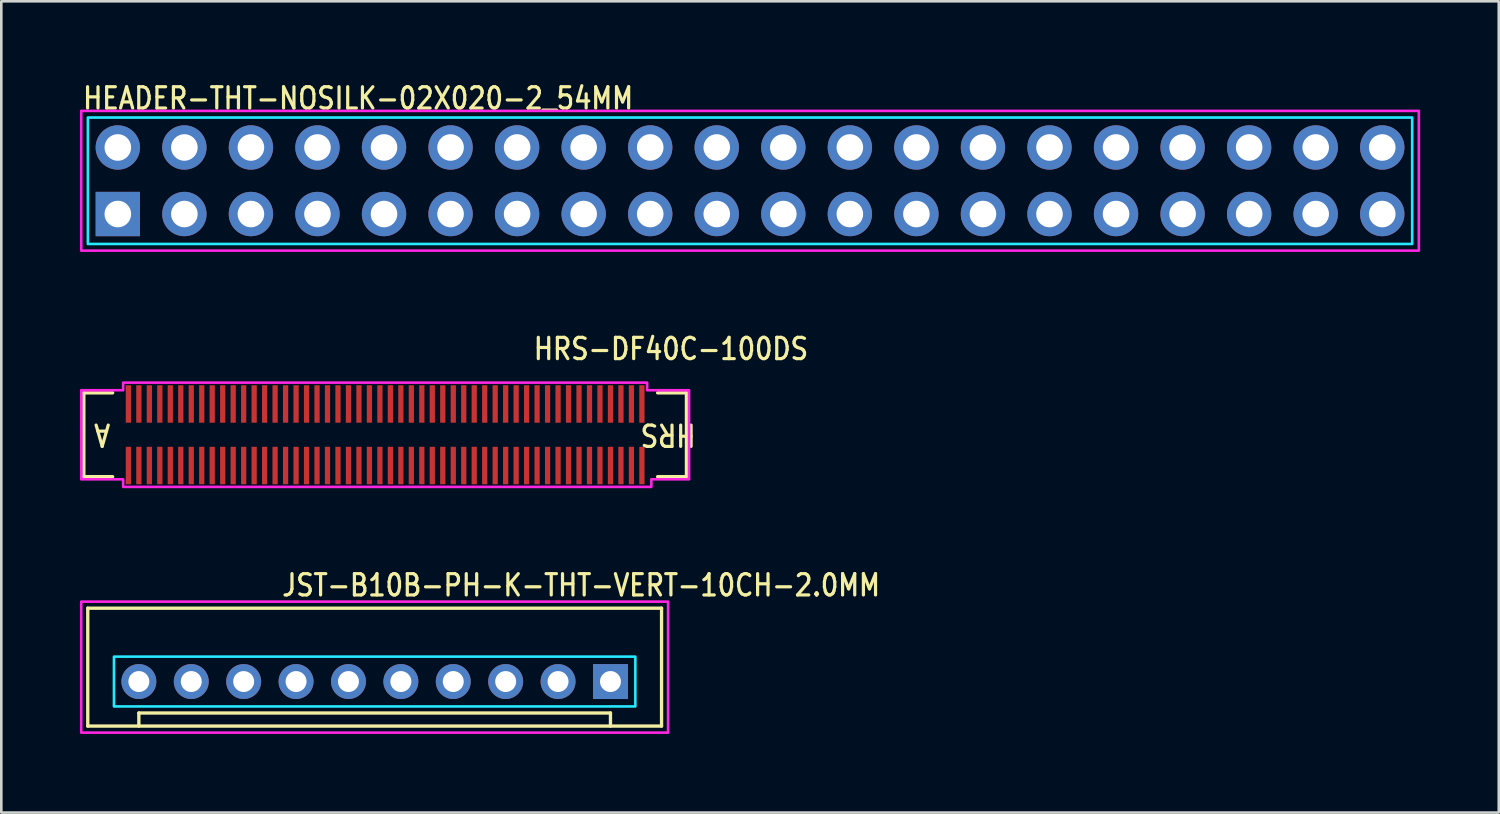
<source format=kicad_pcb>
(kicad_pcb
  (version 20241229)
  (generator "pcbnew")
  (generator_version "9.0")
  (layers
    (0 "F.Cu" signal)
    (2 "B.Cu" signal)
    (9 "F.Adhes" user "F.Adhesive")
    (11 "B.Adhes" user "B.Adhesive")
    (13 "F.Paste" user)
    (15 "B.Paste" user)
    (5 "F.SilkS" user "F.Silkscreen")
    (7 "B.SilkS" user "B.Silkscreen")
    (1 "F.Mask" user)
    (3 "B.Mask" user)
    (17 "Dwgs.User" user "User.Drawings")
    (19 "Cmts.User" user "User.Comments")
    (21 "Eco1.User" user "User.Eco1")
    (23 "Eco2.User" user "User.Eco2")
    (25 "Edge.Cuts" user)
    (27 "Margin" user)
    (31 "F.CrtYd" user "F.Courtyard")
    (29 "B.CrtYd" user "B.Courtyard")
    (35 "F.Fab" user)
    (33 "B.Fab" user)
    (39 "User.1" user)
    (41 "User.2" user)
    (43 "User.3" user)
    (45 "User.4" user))
  (footprint "JST-B10B-PH-K-THT-VERT-10CH-2.0MM"
    (layer "F.Cu")
    (at 11.25 22.963)
    (property "Reference" "JST-B10B-PH-K-THT-VERT-10CH-2.0MM" (at -3.6 -3.2 0) (unlocked yes) (layer "F.SilkS") (effects (font (size 0.813 0.695) (thickness 0.122)) (justify left bottom)))
    (fp_line (start -10.95 -2.8) (end -10.95 1.7) (stroke (width 0.127) (type solid)) (layer "F.SilkS"))
    (fp_line (start -10.95 -2.8) (end 10.95 -2.8) (stroke (width 0.127) (type solid)) (layer "F.SilkS"))
    (fp_line (start -10.95 1.7) (end 10.95 1.7) (stroke (width 0.127) (type solid)) (layer "F.SilkS"))
    (fp_line (start -9 1.7) (end -9 1.2) (stroke (width 0.127) (type solid)) (layer "F.SilkS"))
    (fp_line (start 9 1.2) (end -9 1.2) (stroke (width 0.127) (type solid)) (layer "F.SilkS"))
    (fp_line (start 9 1.7) (end 9 1.2) (stroke (width 0.127) (type solid)) (layer "F.SilkS"))
    (fp_line (start 10.95 1.7) (end 10.95 -2.8) (stroke (width 0.127) (type solid)) (layer "F.SilkS"))
    (fp_poly (pts (xy -9.95 -0.95) (xy -9.95 0.95) (xy 9.95 0.95) (xy 9.95 -0.95)) (stroke (width 0.1) (type solid)) (fill no) (layer "B.CrtYd"))
    (fp_poly (pts (xy -11.2 1.95) (xy -11.2 -3.05) (xy 11.2 -3.05) (xy 11.2 1.95)) (stroke (width 0.1) (type solid)) (fill no) (layer "F.CrtYd"))
    (pad "1" thru_hole rect (at 9 0) (size 1.333 1.333) (drill 0.8) (layers "*.Cu" "*.Mask"))
    (pad "2" thru_hole oval (at 7 0) (size 1.333 1.333) (drill 0.8) (layers "*.Cu" "*.Mask"))
    (pad "3" thru_hole oval (at 5 0) (size 1.333 1.333) (drill 0.8) (layers "*.Cu" "*.Mask"))
    (pad "4" thru_hole oval (at 3 0) (size 1.333 1.333) (drill 0.8) (layers "*.Cu" "*.Mask"))
    (pad "5" thru_hole oval (at 1 0) (size 1.333 1.333) (drill 0.8) (layers "*.Cu" "*.Mask"))
    (pad "6" thru_hole oval (at -1 0) (size 1.333 1.333) (drill 0.8) (layers "*.Cu" "*.Mask"))
    (pad "7" thru_hole oval (at -3 0) (size 1.333 1.333) (drill 0.8) (layers "*.Cu" "*.Mask"))
    (pad "8" thru_hole oval (at -5 0) (size 1.333 1.333) (drill 0.8) (layers "*.Cu" "*.Mask"))
    (pad "9" thru_hole oval (at -7 0) (size 1.333 1.333) (drill 0.8) (layers "*.Cu" "*.Mask"))
    (pad "10" thru_hole oval (at -9 0) (size 1.333 1.333) (drill 0.8) (layers "*.Cu" "*.Mask")))
  (footprint "HEADER-THT-NOSILK-02X020-2_54MM"
    (layer "F.Cu")
    (at 1.447 5.119)
    (property "Reference" "HEADER-THT-NOSILK-02X020-2_54MM" (at -1.4 -3.94 0) (unlocked yes) (layer "F.SilkS") (effects (font (size 0.813 0.695) (thickness 0.122)) (justify left bottom)))
    (fp_poly (pts (xy -1.143 -3.683) (xy 49.403 -3.683) (xy 49.403 1.143) (xy -1.143 1.143)) (stroke (width 0.1) (type solid)) (fill no) (layer "B.CrtYd"))
    (fp_poly (pts (xy -1.397 -3.937) (xy 49.657 -3.937) (xy 49.657 1.397) (xy -1.397 1.397)) (stroke (width 0.1) (type solid)) (fill no) (layer "F.CrtYd"))
    (pad "1" thru_hole rect (at 0 0) (size 1.693 1.693) (drill 1.016) (layers "*.Cu" "*.Mask"))
    (pad "2" thru_hole oval (at 0 -2.54) (size 1.693 1.693) (drill 1.016) (layers "*.Cu" "*.Mask"))
    (pad "3" thru_hole oval (at 2.54 0) (size 1.693 1.693) (drill 1.016) (layers "*.Cu" "*.Mask"))
    (pad "4" thru_hole oval (at 2.54 -2.54) (size 1.693 1.693) (drill 1.016) (layers "*.Cu" "*.Mask"))
    (pad "5" thru_hole oval (at 5.08 0) (size 1.693 1.693) (drill 1.016) (layers "*.Cu" "*.Mask"))
    (pad "6" thru_hole oval (at 5.08 -2.54) (size 1.693 1.693) (drill 1.016) (layers "*.Cu" "*.Mask"))
    (pad "7" thru_hole oval (at 7.62 0) (size 1.693 1.693) (drill 1.016) (layers "*.Cu" "*.Mask"))
    (pad "8" thru_hole oval (at 7.62 -2.54) (size 1.693 1.693) (drill 1.016) (layers "*.Cu" "*.Mask"))
    (pad "9" thru_hole oval (at 10.16 0) (size 1.693 1.693) (drill 1.016) (layers "*.Cu" "*.Mask"))
    (pad "10" thru_hole oval (at 10.16 -2.54) (size 1.693 1.693) (drill 1.016) (layers "*.Cu" "*.Mask"))
    (pad "11" thru_hole oval (at 12.7 0) (size 1.693 1.693) (drill 1.016) (layers "*.Cu" "*.Mask"))
    (pad "12" thru_hole oval (at 12.7 -2.54) (size 1.693 1.693) (drill 1.016) (layers "*.Cu" "*.Mask"))
    (pad "13" thru_hole oval (at 15.24 0) (size 1.693 1.693) (drill 1.016) (layers "*.Cu" "*.Mask"))
    (pad "14" thru_hole oval (at 15.24 -2.54) (size 1.693 1.693) (drill 1.016) (layers "*.Cu" "*.Mask"))
    (pad "15" thru_hole oval (at 17.78 0) (size 1.693 1.693) (drill 1.016) (layers "*.Cu" "*.Mask"))
    (pad "16" thru_hole oval (at 17.78 -2.54) (size 1.693 1.693) (drill 1.016) (layers "*.Cu" "*.Mask"))
    (pad "17" thru_hole oval (at 20.32 0) (size 1.693 1.693) (drill 1.016) (layers "*.Cu" "*.Mask"))
    (pad "18" thru_hole oval (at 20.32 -2.54) (size 1.693 1.693) (drill 1.016) (layers "*.Cu" "*.Mask"))
    (pad "19" thru_hole oval (at 22.86 0) (size 1.693 1.693) (drill 1.016) (layers "*.Cu" "*.Mask"))
    (pad "20" thru_hole oval (at 22.86 -2.54) (size 1.693 1.693) (drill 1.016) (layers "*.Cu" "*.Mask"))
    (pad "21" thru_hole oval (at 25.4 0) (size 1.693 1.693) (drill 1.016) (layers "*.Cu" "*.Mask"))
    (pad "22" thru_hole oval (at 25.4 -2.54) (size 1.693 1.693) (drill 1.016) (layers "*.Cu" "*.Mask"))
    (pad "23" thru_hole oval (at 27.94 0) (size 1.693 1.693) (drill 1.016) (layers "*.Cu" "*.Mask"))
    (pad "24" thru_hole oval (at 27.94 -2.54) (size 1.693 1.693) (drill 1.016) (layers "*.Cu" "*.Mask"))
    (pad "25" thru_hole oval (at 30.48 0) (size 1.693 1.693) (drill 1.016) (layers "*.Cu" "*.Mask"))
    (pad "26" thru_hole oval (at 30.48 -2.54) (size 1.693 1.693) (drill 1.016) (layers "*.Cu" "*.Mask"))
    (pad "27" thru_hole oval (at 33.02 0) (size 1.693 1.693) (drill 1.016) (layers "*.Cu" "*.Mask"))
    (pad "28" thru_hole oval (at 33.02 -2.54) (size 1.693 1.693) (drill 1.016) (layers "*.Cu" "*.Mask"))
    (pad "29" thru_hole oval (at 35.56 0) (size 1.693 1.693) (drill 1.016) (layers "*.Cu" "*.Mask"))
    (pad "30" thru_hole oval (at 35.56 -2.54) (size 1.693 1.693) (drill 1.016) (layers "*.Cu" "*.Mask"))
    (pad "31" thru_hole oval (at 38.1 0) (size 1.693 1.693) (drill 1.016) (layers "*.Cu" "*.Mask"))
    (pad "32" thru_hole oval (at 38.1 -2.54) (size 1.693 1.693) (drill 1.016) (layers "*.Cu" "*.Mask"))
    (pad "33" thru_hole oval (at 40.64 0) (size 1.693 1.693) (drill 1.016) (layers "*.Cu" "*.Mask"))
    (pad "34" thru_hole oval (at 40.64 -2.54) (size 1.693 1.693) (drill 1.016) (layers "*.Cu" "*.Mask"))
    (pad "35" thru_hole oval (at 43.18 0) (size 1.693 1.693) (drill 1.016) (layers "*.Cu" "*.Mask"))
    (pad "36" thru_hole oval (at 43.18 -2.54) (size 1.693 1.693) (drill 1.016) (layers "*.Cu" "*.Mask"))
    (pad "37" thru_hole oval (at 45.72 0) (size 1.693 1.693) (drill 1.016) (layers "*.Cu" "*.Mask"))
    (pad "38" thru_hole oval (at 45.72 -2.54) (size 1.693 1.693) (drill 1.016) (layers "*.Cu" "*.Mask"))
    (pad "39" thru_hole oval (at 48.26 0) (size 1.693 1.693) (drill 1.016) (layers "*.Cu" "*.Mask"))
    (pad "40" thru_hole oval (at 48.26 -2.54) (size 1.693 1.693) (drill 1.016) (layers "*.Cu" "*.Mask")))
  (footprint "HRS-DF40C-100DS"
    (layer "F.Cu")
    (at 11.65 13.544)
    (property "Reference" "HRS-DF40C-100DS" (at 5.6 -2.8 0) (unlocked yes) (layer "F.SilkS") (effects (font (size 0.813 0.695) (thickness 0.122)) (justify left bottom)))
    (fp_line (start -11.5 -1.6) (end -11.5 1.6) (stroke (width 0.127) (type solid)) (layer "F.SilkS"))
    (fp_line (start -11.5 1.6) (end -10.4 1.6) (stroke (width 0.127) (type solid)) (layer "F.SilkS"))
    (fp_line (start -10.4 -1.6) (end -11.5 -1.6) (stroke (width 0.127) (type solid)) (layer "F.SilkS"))
    (fp_line (start 10.4 -1.6) (end 11.5 -1.6) (stroke (width 0.127) (type solid)) (layer "F.SilkS"))
    (fp_line (start 11.5 -1.6) (end 11.5 1.6) (stroke (width 0.127) (type solid)) (layer "F.SilkS"))
    (fp_line (start 11.5 1.6) (end 10.4 1.6) (stroke (width 0.127) (type solid)) (layer "F.SilkS"))
    (fp_poly (pts (xy -11.6 -1.7) (xy -10 -1.7) (xy -10 -1.99) (xy 10 -1.99) (xy 10 -1.7) (xy 11.6 -1.7) (xy 11.6 1.7) (xy 10.16 1.7) (xy 10.16 1.99) (xy -10 1.99) (xy -10 1.7) (xy -11.6 1.7)) (stroke (width 0.1) (type solid)) (fill no) (layer "F.CrtYd"))
    (fp_text user "A" (at -10.8 0 180) (unlocked yes) (layer "F.SilkS") (effects (font (size 0.813 0.695) (thickness 0.122))))
    (fp_text user "HRS" (at 10.8 0 180) (unlocked yes) (layer "F.SilkS") (effects (font (size 0.813 0.695) (thickness 0.122))))
    (pad "1" smd rect (at 9.8 -1.175) (size 0.2 1.43) (layers "F.Cu" "F.Mask" "F.Paste"))
    (pad "2" smd rect (at 9.8 1.175) (size 0.2 1.43) (layers "F.Cu" "F.Mask" "F.Paste"))
    (pad "3" smd rect (at 9.4 -1.175) (size 0.2 1.43) (layers "F.Cu" "F.Mask" "F.Paste"))
    (pad "4" smd rect (at 9.4 1.175) (size 0.2 1.43) (layers "F.Cu" "F.Mask" "F.Paste"))
    (pad "5" smd rect (at 9 -1.175) (size 0.2 1.43) (layers "F.Cu" "F.Mask" "F.Paste"))
    (pad "6" smd rect (at 9 1.175) (size 0.2 1.43) (layers "F.Cu" "F.Mask" "F.Paste"))
    (pad "7" smd rect (at 8.6 -1.175) (size 0.2 1.43) (layers "F.Cu" "F.Mask" "F.Paste"))
    (pad "8" smd rect (at 8.6 1.175) (size 0.2 1.43) (layers "F.Cu" "F.Mask" "F.Paste"))
    (pad "9" smd rect (at 8.2 -1.175) (size 0.2 1.43) (layers "F.Cu" "F.Mask" "F.Paste"))
    (pad "10" smd rect (at 8.2 1.175) (size 0.2 1.43) (layers "F.Cu" "F.Mask" "F.Paste"))
    (pad "11" smd rect (at 7.8 -1.175) (size 0.2 1.43) (layers "F.Cu" "F.Mask" "F.Paste"))
    (pad "12" smd rect (at 7.8 1.175) (size 0.2 1.43) (layers "F.Cu" "F.Mask" "F.Paste"))
    (pad "13" smd rect (at 7.4 -1.175) (size 0.2 1.43) (layers "F.Cu" "F.Mask" "F.Paste"))
    (pad "14" smd rect (at 7.4 1.175) (size 0.2 1.43) (layers "F.Cu" "F.Mask" "F.Paste"))
    (pad "15" smd rect (at 7 -1.175) (size 0.2 1.43) (layers "F.Cu" "F.Mask" "F.Paste"))
    (pad "16" smd rect (at 7 1.175) (size 0.2 1.43) (layers "F.Cu" "F.Mask" "F.Paste"))
    (pad "17" smd rect (at 6.6 -1.175) (size 0.2 1.43) (layers "F.Cu" "F.Mask" "F.Paste"))
    (pad "18" smd rect (at 6.6 1.175) (size 0.2 1.43) (layers "F.Cu" "F.Mask" "F.Paste"))
    (pad "19" smd rect (at 6.2 -1.175) (size 0.2 1.43) (layers "F.Cu" "F.Mask" "F.Paste"))
    (pad "20" smd rect (at 6.2 1.175) (size 0.2 1.43) (layers "F.Cu" "F.Mask" "F.Paste"))
    (pad "21" smd rect (at 5.8 -1.175) (size 0.2 1.43) (layers "F.Cu" "F.Mask" "F.Paste"))
    (pad "22" smd rect (at 5.8 1.175) (size 0.2 1.43) (layers "F.Cu" "F.Mask" "F.Paste"))
    (pad "23" smd rect (at 5.4 -1.175) (size 0.2 1.43) (layers "F.Cu" "F.Mask" "F.Paste"))
    (pad "24" smd rect (at 5.4 1.175) (size 0.2 1.43) (layers "F.Cu" "F.Mask" "F.Paste"))
    (pad "25" smd rect (at 5 -1.175) (size 0.2 1.43) (layers "F.Cu" "F.Mask" "F.Paste"))
    (pad "26" smd rect (at 5 1.175) (size 0.2 1.43) (layers "F.Cu" "F.Mask" "F.Paste"))
    (pad "27" smd rect (at 4.6 -1.175) (size 0.2 1.43) (layers "F.Cu" "F.Mask" "F.Paste"))
    (pad "28" smd rect (at 4.6 1.175) (size 0.2 1.43) (layers "F.Cu" "F.Mask" "F.Paste"))
    (pad "29" smd rect (at 4.2 -1.175) (size 0.2 1.43) (layers "F.Cu" "F.Mask" "F.Paste"))
    (pad "30" smd rect (at 4.2 1.175) (size 0.2 1.43) (layers "F.Cu" "F.Mask" "F.Paste"))
    (pad "31" smd rect (at 3.8 -1.175) (size 0.2 1.43) (layers "F.Cu" "F.Mask" "F.Paste"))
    (pad "32" smd rect (at 3.8 1.175) (size 0.2 1.43) (layers "F.Cu" "F.Mask" "F.Paste"))
    (pad "33" smd rect (at 3.4 -1.175) (size 0.2 1.43) (layers "F.Cu" "F.Mask" "F.Paste"))
    (pad "34" smd rect (at 3.4 1.175) (size 0.2 1.43) (layers "F.Cu" "F.Mask" "F.Paste"))
    (pad "35" smd rect (at 3 -1.175) (size 0.2 1.43) (layers "F.Cu" "F.Mask" "F.Paste"))
    (pad "36" smd rect (at 3 1.175) (size 0.2 1.43) (layers "F.Cu" "F.Mask" "F.Paste"))
    (pad "37" smd rect (at 2.6 -1.175) (size 0.2 1.43) (layers "F.Cu" "F.Mask" "F.Paste"))
    (pad "38" smd rect (at 2.6 1.175) (size 0.2 1.43) (layers "F.Cu" "F.Mask" "F.Paste"))
    (pad "39" smd rect (at 2.2 -1.175) (size 0.2 1.43) (layers "F.Cu" "F.Mask" "F.Paste"))
    (pad "40" smd rect (at 2.2 1.175) (size 0.2 1.43) (layers "F.Cu" "F.Mask" "F.Paste"))
    (pad "41" smd rect (at 1.8 -1.175) (size 0.2 1.43) (layers "F.Cu" "F.Mask" "F.Paste"))
    (pad "42" smd rect (at 1.8 1.175) (size 0.2 1.43) (layers "F.Cu" "F.Mask" "F.Paste"))
    (pad "43" smd rect (at 1.4 -1.175) (size 0.2 1.43) (layers "F.Cu" "F.Mask" "F.Paste"))
    (pad "44" smd rect (at 1.4 1.175) (size 0.2 1.43) (layers "F.Cu" "F.Mask" "F.Paste"))
    (pad "45" smd rect (at 1 -1.175) (size 0.2 1.43) (layers "F.Cu" "F.Mask" "F.Paste"))
    (pad "46" smd rect (at 1 1.175) (size 0.2 1.43) (layers "F.Cu" "F.Mask" "F.Paste"))
    (pad "47" smd rect (at 0.6 -1.175) (size 0.2 1.43) (layers "F.Cu" "F.Mask" "F.Paste"))
    (pad "48" smd rect (at 0.6 1.175) (size 0.2 1.43) (layers "F.Cu" "F.Mask" "F.Paste"))
    (pad "49" smd rect (at 0.2 -1.175) (size 0.2 1.43) (layers "F.Cu" "F.Mask" "F.Paste"))
    (pad "50" smd rect (at 0.2 1.175) (size 0.2 1.43) (layers "F.Cu" "F.Mask" "F.Paste"))
    (pad "51" smd rect (at -0.2 -1.175) (size 0.2 1.43) (layers "F.Cu" "F.Mask" "F.Paste"))
    (pad "52" smd rect (at -0.2 1.175) (size 0.2 1.43) (layers "F.Cu" "F.Mask" "F.Paste"))
    (pad "53" smd rect (at -0.6 -1.175) (size 0.2 1.43) (layers "F.Cu" "F.Mask" "F.Paste"))
    (pad "54" smd rect (at -0.6 1.175) (size 0.2 1.43) (layers "F.Cu" "F.Mask" "F.Paste"))
    (pad "55" smd rect (at -1 -1.175) (size 0.2 1.43) (layers "F.Cu" "F.Mask" "F.Paste"))
    (pad "56" smd rect (at -1 1.175) (size 0.2 1.43) (layers "F.Cu" "F.Mask" "F.Paste"))
    (pad "57" smd rect (at -1.4 -1.175) (size 0.2 1.43) (layers "F.Cu" "F.Mask" "F.Paste"))
    (pad "58" smd rect (at -1.4 1.175) (size 0.2 1.43) (layers "F.Cu" "F.Mask" "F.Paste"))
    (pad "59" smd rect (at -1.8 -1.175) (size 0.2 1.43) (layers "F.Cu" "F.Mask" "F.Paste"))
    (pad "60" smd rect (at -1.8 1.175) (size 0.2 1.43) (layers "F.Cu" "F.Mask" "F.Paste"))
    (pad "61" smd rect (at -2.2 -1.175) (size 0.2 1.43) (layers "F.Cu" "F.Mask" "F.Paste"))
    (pad "62" smd rect (at -2.2 1.175) (size 0.2 1.43) (layers "F.Cu" "F.Mask" "F.Paste"))
    (pad "63" smd rect (at -2.6 -1.175) (size 0.2 1.43) (layers "F.Cu" "F.Mask" "F.Paste"))
    (pad "64" smd rect (at -2.6 1.175) (size 0.2 1.43) (layers "F.Cu" "F.Mask" "F.Paste"))
    (pad "65" smd rect (at -3 -1.175) (size 0.2 1.43) (layers "F.Cu" "F.Mask" "F.Paste"))
    (pad "66" smd rect (at -3 1.175) (size 0.2 1.43) (layers "F.Cu" "F.Mask" "F.Paste"))
    (pad "67" smd rect (at -3.4 -1.175) (size 0.2 1.43) (layers "F.Cu" "F.Mask" "F.Paste"))
    (pad "68" smd rect (at -3.4 1.175) (size 0.2 1.43) (layers "F.Cu" "F.Mask" "F.Paste"))
    (pad "69" smd rect (at -3.8 -1.175) (size 0.2 1.43) (layers "F.Cu" "F.Mask" "F.Paste"))
    (pad "70" smd rect (at -3.8 1.175) (size 0.2 1.43) (layers "F.Cu" "F.Mask" "F.Paste"))
    (pad "71" smd rect (at -4.2 -1.175) (size 0.2 1.43) (layers "F.Cu" "F.Mask" "F.Paste"))
    (pad "72" smd rect (at -4.2 1.175) (size 0.2 1.43) (layers "F.Cu" "F.Mask" "F.Paste"))
    (pad "73" smd rect (at -4.6 -1.175) (size 0.2 1.43) (layers "F.Cu" "F.Mask" "F.Paste"))
    (pad "74" smd rect (at -4.6 1.175) (size 0.2 1.43) (layers "F.Cu" "F.Mask" "F.Paste"))
    (pad "75" smd rect (at -5 -1.175) (size 0.2 1.43) (layers "F.Cu" "F.Mask" "F.Paste"))
    (pad "76" smd rect (at -5 1.175) (size 0.2 1.43) (layers "F.Cu" "F.Mask" "F.Paste"))
    (pad "77" smd rect (at -5.4 -1.175) (size 0.2 1.43) (layers "F.Cu" "F.Mask" "F.Paste"))
    (pad "78" smd rect (at -5.4 1.175) (size 0.2 1.43) (layers "F.Cu" "F.Mask" "F.Paste"))
    (pad "79" smd rect (at -5.8 -1.175) (size 0.2 1.43) (layers "F.Cu" "F.Mask" "F.Paste"))
    (pad "80" smd rect (at -5.8 1.175) (size 0.2 1.43) (layers "F.Cu" "F.Mask" "F.Paste"))
    (pad "81" smd rect (at -6.2 -1.175) (size 0.2 1.43) (layers "F.Cu" "F.Mask" "F.Paste"))
    (pad "82" smd rect (at -6.2 1.175) (size 0.2 1.43) (layers "F.Cu" "F.Mask" "F.Paste"))
    (pad "83" smd rect (at -6.6 -1.175) (size 0.2 1.43) (layers "F.Cu" "F.Mask" "F.Paste"))
    (pad "84" smd rect (at -6.6 1.175) (size 0.2 1.43) (layers "F.Cu" "F.Mask" "F.Paste"))
    (pad "85" smd rect (at -7 -1.175) (size 0.2 1.43) (layers "F.Cu" "F.Mask" "F.Paste"))
    (pad "86" smd rect (at -7 1.175) (size 0.2 1.43) (layers "F.Cu" "F.Mask" "F.Paste"))
    (pad "87" smd rect (at -7.4 -1.175) (size 0.2 1.43) (layers "F.Cu" "F.Mask" "F.Paste"))
    (pad "88" smd rect (at -7.4 1.175) (size 0.2 1.43) (layers "F.Cu" "F.Mask" "F.Paste"))
    (pad "89" smd rect (at -7.8 -1.175) (size 0.2 1.43) (layers "F.Cu" "F.Mask" "F.Paste"))
    (pad "90" smd rect (at -7.8 1.175) (size 0.2 1.43) (layers "F.Cu" "F.Mask" "F.Paste"))
    (pad "91" smd rect (at -8.2 -1.175) (size 0.2 1.43) (layers "F.Cu" "F.Mask" "F.Paste"))
    (pad "92" smd rect (at -8.2 1.175) (size 0.2 1.43) (layers "F.Cu" "F.Mask" "F.Paste"))
    (pad "93" smd rect (at -8.6 -1.175) (size 0.2 1.43) (layers "F.Cu" "F.Mask" "F.Paste"))
    (pad "94" smd rect (at -8.6 1.175) (size 0.2 1.43) (layers "F.Cu" "F.Mask" "F.Paste"))
    (pad "95" smd rect (at -9 -1.175) (size 0.2 1.43) (layers "F.Cu" "F.Mask" "F.Paste"))
    (pad "96" smd rect (at -9 1.175) (size 0.2 1.43) (layers "F.Cu" "F.Mask" "F.Paste"))
    (pad "97" smd rect (at -9.4 -1.175) (size 0.2 1.43) (layers "F.Cu" "F.Mask" "F.Paste"))
    (pad "98" smd rect (at -9.4 1.175) (size 0.2 1.43) (layers "F.Cu" "F.Mask" "F.Paste"))
    (pad "99" smd rect (at -9.8 -1.175) (size 0.2 1.43) (layers "F.Cu" "F.Mask" "F.Paste"))
    (pad "100" smd rect (at -9.8 1.175) (size 0.2 1.43) (layers "F.Cu" "F.Mask" "F.Paste")))
  (gr_rect
    (start -3 -3)
    (end 54.154 27.963)
    (stroke (width 0.1) (type default))
    (fill no)
    (layer "Edge.Cuts")))
</source>
